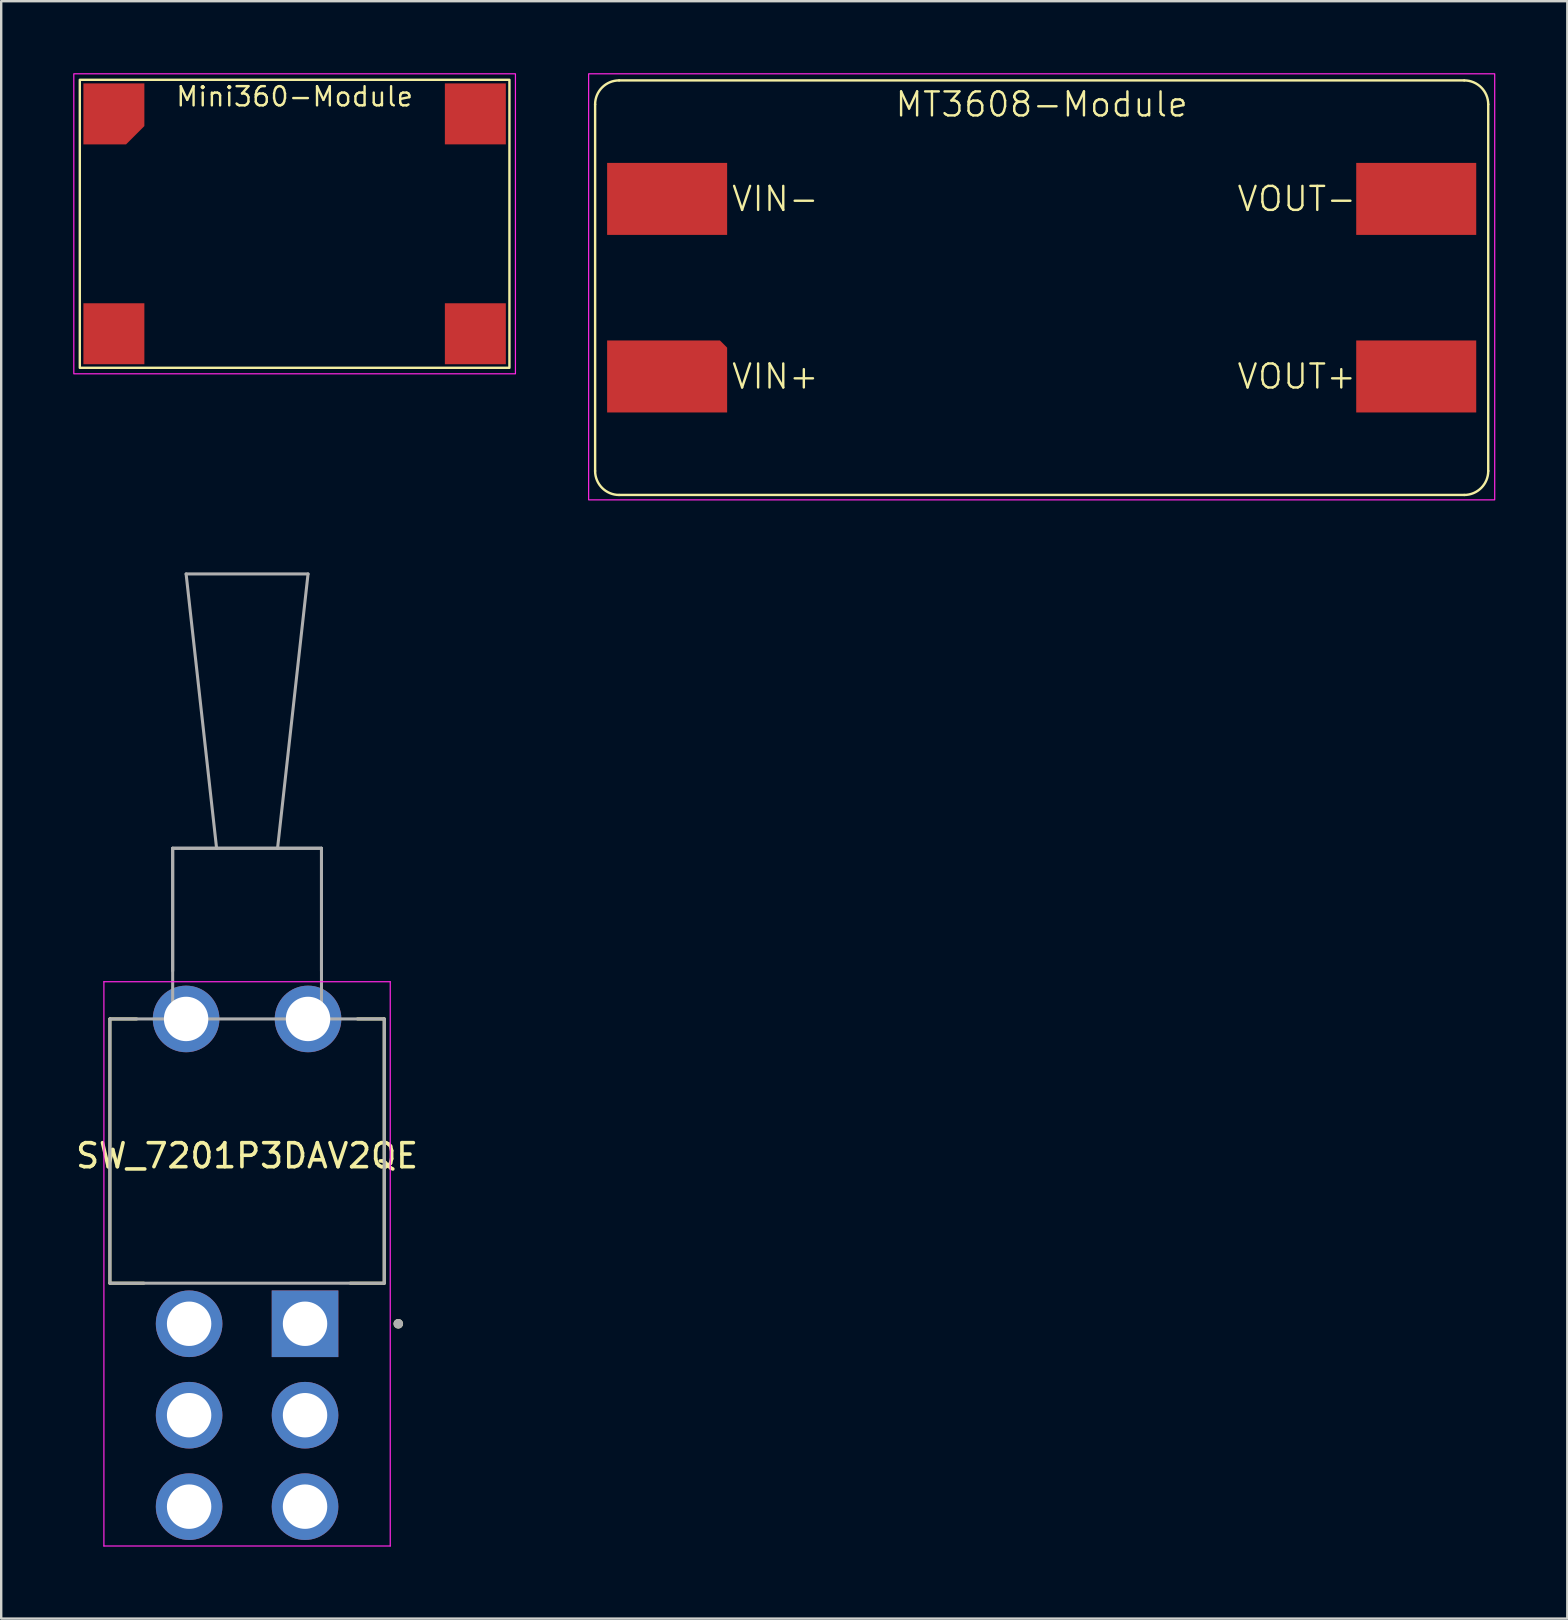
<source format=kicad_pcb>
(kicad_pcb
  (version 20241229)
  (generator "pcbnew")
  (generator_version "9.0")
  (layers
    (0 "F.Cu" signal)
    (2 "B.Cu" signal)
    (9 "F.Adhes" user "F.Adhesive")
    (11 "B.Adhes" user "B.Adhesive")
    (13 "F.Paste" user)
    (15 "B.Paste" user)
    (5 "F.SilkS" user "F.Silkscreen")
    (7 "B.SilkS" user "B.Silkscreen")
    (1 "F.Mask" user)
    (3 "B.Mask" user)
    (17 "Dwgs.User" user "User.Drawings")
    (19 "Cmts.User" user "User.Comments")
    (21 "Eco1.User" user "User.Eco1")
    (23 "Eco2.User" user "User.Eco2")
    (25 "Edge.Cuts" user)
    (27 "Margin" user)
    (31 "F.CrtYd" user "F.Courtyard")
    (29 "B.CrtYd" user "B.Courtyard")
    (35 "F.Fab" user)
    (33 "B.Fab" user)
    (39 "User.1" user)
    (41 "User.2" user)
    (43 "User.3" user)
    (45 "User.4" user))
  (footprint "SW_7201P3DAV2QE"
    (layer "F.Cu")
    (at 9.659 52.103)
    (property "Reference" "SW_7201P3DAV2QE" (at -2.415 -7 0) (layer "F.SilkS") (effects (font (size 1 1) (thickness 0.15))))
    (attr through_hole)
    (fp_line (start -8.13 -12.7) (end -8.13 -1.69) (stroke (width 0.127) (type solid)) (layer "F.SilkS"))
    (fp_line (start -8.13 -1.69) (end -6.715 -1.69) (stroke (width 0.127) (type solid)) (layer "F.SilkS"))
    (fp_line (start -7.015 -12.7) (end -8.13 -12.7) (stroke (width 0.127) (type solid)) (layer "F.SilkS"))
    (fp_line (start 1.885 -1.69) (end 3.3 -1.69) (stroke (width 0.127) (type solid)) (layer "F.SilkS"))
    (fp_line (start 3.3 -12.7) (end 2.185 -12.7) (stroke (width 0.127) (type solid)) (layer "F.SilkS"))
    (fp_line (start 3.3 -1.69) (end 3.3 -12.7) (stroke (width 0.127) (type solid)) (layer "F.SilkS"))
    (fp_circle (center 3.885 0) (end 3.785 0) (stroke (width 0.2) (type solid)) (fill no) (layer "F.SilkS"))
    (fp_line (start -8.38 -14.25) (end -8.38 9.26) (stroke (width 0.05) (type solid)) (layer "F.CrtYd"))
    (fp_line (start -8.38 9.26) (end 3.55 9.26) (stroke (width 0.05) (type solid)) (layer "F.CrtYd"))
    (fp_line (start 3.55 -14.25) (end -8.38 -14.25) (stroke (width 0.05) (type solid)) (layer "F.CrtYd"))
    (fp_line (start 3.55 9.26) (end 3.55 -14.25) (stroke (width 0.05) (type solid)) (layer "F.CrtYd"))
    (fp_line (start -8.13 -12.7) (end -8.13 -1.69) (stroke (width 0.127) (type solid)) (layer "F.Fab"))
    (fp_line (start -8.13 -1.69) (end 3.3 -1.69) (stroke (width 0.127) (type solid)) (layer "F.Fab"))
    (fp_line (start -5.515 -19.81) (end -5.515 -14.7) (stroke (width 0.127) (type solid)) (layer "F.Fab"))
    (fp_line (start -5.515 -19.81) (end -5.515 -12.7) (stroke (width 0.127) (type solid)) (layer "F.Fab"))
    (fp_line (start -5.515 -12.7) (end -8.13 -12.7) (stroke (width 0.127) (type solid)) (layer "F.Fab"))
    (fp_line (start -4.955 -31.24) (end -3.685 -19.81) (stroke (width 0.127) (type solid)) (layer "F.Fab"))
    (fp_line (start -3.685 -19.81) (end -5.515 -19.81) (stroke (width 0.127) (type solid)) (layer "F.Fab"))
    (fp_line (start -1.145 -19.81) (end -3.685 -19.81) (stroke (width 0.127) (type solid)) (layer "F.Fab"))
    (fp_line (start -1.145 -19.81) (end 0.125 -31.24) (stroke (width 0.127) (type solid)) (layer "F.Fab"))
    (fp_line (start 0.125 -31.24) (end -4.955 -31.24) (stroke (width 0.127) (type solid)) (layer "F.Fab"))
    (fp_line (start 0.685 -19.81) (end -5.515 -19.81) (stroke (width 0.127) (type solid)) (layer "F.Fab"))
    (fp_line (start 0.685 -19.81) (end -1.145 -19.81) (stroke (width 0.127) (type solid)) (layer "F.Fab"))
    (fp_line (start 0.685 -14.7) (end 0.685 -19.81) (stroke (width 0.127) (type solid)) (layer "F.Fab"))
    (fp_line (start 0.685 -12.7) (end -5.515 -12.7) (stroke (width 0.127) (type solid)) (layer "F.Fab"))
    (fp_line (start 0.685 -12.7) (end 0.685 -19.81) (stroke (width 0.127) (type solid)) (layer "F.Fab"))
    (fp_line (start 3.3 -12.7) (end 0.685 -12.7) (stroke (width 0.127) (type solid)) (layer "F.Fab"))
    (fp_line (start 3.3 -1.69) (end 3.3 -12.7) (stroke (width 0.127) (type solid)) (layer "F.Fab"))
    (fp_circle (center 3.885 0) (end 3.785 0) (stroke (width 0.2) (type solid)) (fill no) (layer "F.Fab"))
    (pad "1" thru_hole rect (at 0 0 180) (size 2.775 2.775) (drill 1.85) (layers "*.Cu" "*.Mask"))
    (pad "2" thru_hole circle (at 0 3.81 180) (size 2.775 2.775) (drill 1.85) (layers "*.Cu" "*.Mask"))
    (pad "3" thru_hole circle (at 0 7.62 180) (size 2.775 2.775) (drill 1.85) (layers "*.Cu" "*.Mask"))
    (pad "4" thru_hole circle (at -4.83 0 180) (size 2.775 2.775) (drill 1.85) (layers "*.Cu" "*.Mask"))
    (pad "5" thru_hole circle (at -4.83 3.81 180) (size 2.775 2.775) (drill 1.85) (layers "*.Cu" "*.Mask"))
    (pad "6" thru_hole circle (at -4.83 7.62 180) (size 2.775 2.775) (drill 1.85) (layers "*.Cu" "*.Mask"))
    (pad "MP" thru_hole circle (at -4.955 -12.7 180) (size 2.775 2.775) (drill 1.85) (layers "*.Cu" "*.Mask"))
    (pad "MP" thru_hole circle (at 0.125 -12.7 180) (size 2.775 2.775) (drill 1.85) (layers "*.Cu" "*.Mask")))
  (footprint "MT3608-Module"
    (layer "F.Cu")
    (at 40.35 0.35)
    (property "Reference" "MT3608-Module" (at 0 0.95 0) (unlocked yes) (layer "F.SilkS") (effects (font (size 1 1) (thickness 0.1))))
    (attr smd)
    (fp_line (start -18.605 16.222) (end -18.605 0.95) (stroke (width 0.1) (type default)) (layer "F.SilkS"))
    (fp_line (start -17.605 -0.05) (end 17.605 -0.05) (stroke (width 0.1) (type default)) (layer "F.SilkS"))
    (fp_line (start 17.605 17.222) (end -17.605 17.222) (stroke (width 0.1) (type default)) (layer "F.SilkS"))
    (fp_line (start 18.605 0.95) (end 18.605 16.222) (stroke (width 0.1) (type default)) (layer "F.SilkS"))
    (fp_arc (start -18.6055 0.95) (mid -18.312607 0.242893) (end -17.6055 -0.05) (stroke (width 0.1) (type default)) (layer "F.SilkS"))
    (fp_arc (start -17.6055 17.222) (mid -18.312607 16.929107) (end -18.6055 16.222) (stroke (width 0.1) (type default)) (layer "F.SilkS"))
    (fp_arc (start 17.6055 -0.05) (mid 18.312607 0.242893) (end 18.6055 0.95) (stroke (width 0.1) (type default)) (layer "F.SilkS"))
    (fp_arc (start 18.6055 16.222) (mid 18.312607 16.929107) (end 17.6055 17.222) (stroke (width 0.1) (type default)) (layer "F.SilkS"))
    (fp_rect (start -18.875 -0.325) (end 18.875 17.425) (stroke (width 0.05) (type default)) (fill no) (layer "F.CrtYd"))
    (fp_text user "VIN+" (at -11.1 12.285 0) (layer "F.SilkS") (effects (font (size 1 1) (thickness 0.1))))
    (fp_text user "VOUT+" (at 10.625 12.285 0) (layer "F.SilkS") (effects (font (size 1 1) (thickness 0.1))))
    (fp_text user "VIN-" (at -11.1 4.887 0) (layer "F.SilkS") (effects (font (size 1 1) (thickness 0.1))))
    (fp_text user "VOUT-" (at 10.625 4.887 0) (layer "F.SilkS") (effects (font (size 1 1) (thickness 0.1))))
    (pad "1" smd roundrect (at -15.605 12.285) (size 5 3) (layers "F.Cu" "F.Mask") (roundrect_rratio 0) (chamfer_ratio 0.1) (chamfer top_right))
    (pad "2" smd rect (at -15.605 4.887) (size 5 3) (layers "F.Cu" "F.Mask"))
    (pad "3" smd rect (at 15.605 12.285) (size 5 3) (layers "F.Cu" "F.Mask"))
    (pad "4" smd rect (at 15.605 4.887) (size 5 3) (layers "F.Cu" "F.Mask")))
  (footprint "Mini360-Module"
    (layer "F.Cu")
    (at 9.225 0.275)
    (property "Reference" "Mini360-Module" (at 0 0.7 0) (layer "F.SilkS") (effects (font (size 0.8 0.8) (thickness 0.1))))
    (attr smd)
    (fp_rect (start -8.95 0) (end 8.95 12) (stroke (width 0.1) (type default)) (fill no) (layer "F.SilkS"))
    (fp_rect (start -9.2 -0.25) (end 9.2 12.25) (stroke (width 0.05) (type default)) (fill no) (layer "F.CrtYd"))
    (pad "1" smd roundrect (at -7.53 1.42) (size 2.54 2.54) (layers "F.Cu" "F.Mask") (roundrect_rratio 0) (chamfer_ratio 0.3) (chamfer bottom_right))
    (pad "2" smd rect (at -7.53 10.58 270) (size 2.54 2.54) (layers "F.Cu" "F.Mask"))
    (pad "3" smd rect (at 7.53 1.42 270) (size 2.54 2.54) (layers "F.Cu" "F.Mask"))
    (pad "4" smd rect (at 7.53 10.58 270) (size 2.54 2.54) (layers "F.Cu" "F.Mask")))
  (gr_rect
    (start -3 -3)
    (end 62.25 64.388)
    (stroke (width 0.1) (type default))
    (fill no)
    (layer "Edge.Cuts")))
</source>
